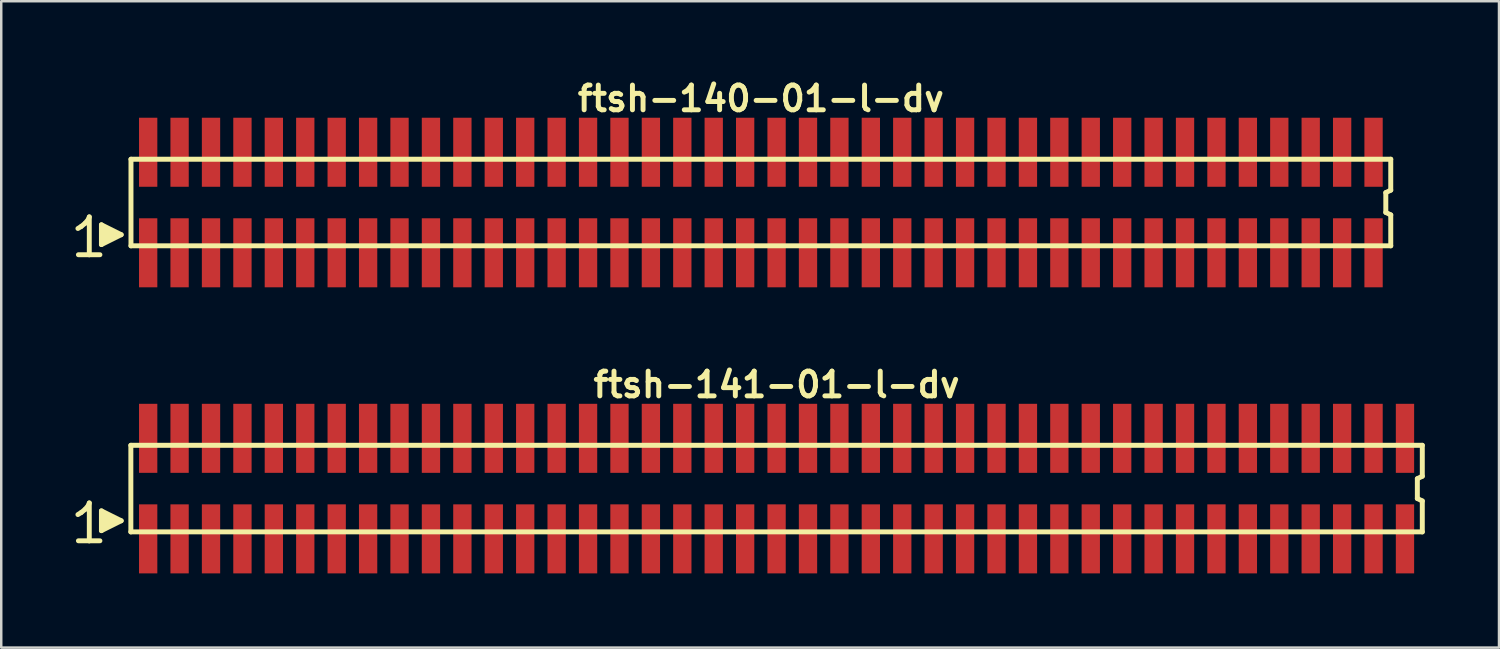
<source format=kicad_pcb>
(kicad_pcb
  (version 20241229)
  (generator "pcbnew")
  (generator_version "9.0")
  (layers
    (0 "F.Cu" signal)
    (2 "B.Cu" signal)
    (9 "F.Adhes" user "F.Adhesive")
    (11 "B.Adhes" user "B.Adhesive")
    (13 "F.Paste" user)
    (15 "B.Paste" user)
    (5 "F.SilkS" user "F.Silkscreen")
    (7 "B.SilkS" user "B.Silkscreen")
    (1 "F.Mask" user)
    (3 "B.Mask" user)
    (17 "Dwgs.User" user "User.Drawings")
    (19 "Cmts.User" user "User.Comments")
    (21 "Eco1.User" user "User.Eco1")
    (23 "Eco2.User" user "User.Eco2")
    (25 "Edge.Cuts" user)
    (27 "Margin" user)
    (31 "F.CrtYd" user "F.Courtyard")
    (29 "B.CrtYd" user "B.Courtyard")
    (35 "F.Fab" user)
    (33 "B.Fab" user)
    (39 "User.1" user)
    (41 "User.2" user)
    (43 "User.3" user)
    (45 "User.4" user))
  (footprint "ftsh-140-01-l-dv"
    (layer "F.Cu")
    (at 27.704 5.136)
    (property "Reference" "ftsh-140-01-l-dv" (at 0 -4.2 0) (layer "F.SilkS") (effects (font (size 1 1) (thickness 0.2))))
    (attr through_hole)
    (fp_line (start -27.605 1.05) (end -27.475 0.97) (stroke (width 0.198) (type solid)) (layer "F.SilkS"))
    (fp_line (start -27.475 0.97) (end -27.315 0.84) (stroke (width 0.198) (type solid)) (layer "F.SilkS"))
    (fp_line (start -27.315 0.84) (end -27.175 0.67) (stroke (width 0.198) (type solid)) (layer "F.SilkS"))
    (fp_line (start -27.175 0.67) (end -27.145 0.58) (stroke (width 0.198) (type solid)) (layer "F.SilkS"))
    (fp_line (start -27.145 0.58) (end -27.145 2.11) (stroke (width 0.198) (type solid)) (layer "F.SilkS"))
    (fp_line (start -27.145 2.11) (end -27.585 2.11) (stroke (width 0.198) (type solid)) (layer "F.SilkS"))
    (fp_line (start -26.715 2.11) (end -27.155 2.11) (stroke (width 0.198) (type solid)) (layer "F.SilkS"))
    (fp_line (start -26.655 0.9) (end -25.855 1.3) (stroke (width 0.198) (type solid)) (layer "F.SilkS"))
    (fp_line (start -26.655 1.7) (end -26.655 0.9) (stroke (width 0.198) (type solid)) (layer "F.SilkS"))
    (fp_line (start -26.555 1.6) (end -26.555 1) (stroke (width 0.198) (type solid)) (layer "F.SilkS"))
    (fp_line (start -26.455 1.1) (end -26.455 1.5) (stroke (width 0.198) (type solid)) (layer "F.SilkS"))
    (fp_line (start -26.355 1.5) (end -26.355 1.1) (stroke (width 0.198) (type solid)) (layer "F.SilkS"))
    (fp_line (start -26.255 1.2) (end -26.255 1.4) (stroke (width 0.198) (type solid)) (layer "F.SilkS"))
    (fp_line (start -26.155 1.4) (end -26.155 1.2) (stroke (width 0.198) (type solid)) (layer "F.SilkS"))
    (fp_line (start -25.855 1.3) (end -26.655 1.7) (stroke (width 0.198) (type solid)) (layer "F.SilkS"))
    (fp_line (start -25.46 -1.75) (end -25.46 1.75) (stroke (width 0.2) (type solid)) (layer "F.SilkS"))
    (fp_line (start -25.46 -1.75) (end 25.46 -1.75) (stroke (width 0.2) (type solid)) (layer "F.SilkS"))
    (fp_line (start -25.46 1.75) (end 25.46 1.75) (stroke (width 0.2) (type solid)) (layer "F.SilkS"))
    (fp_line (start 25.26 -0.4) (end 25.26 0.4) (stroke (width 0.2) (type solid)) (layer "F.SilkS"))
    (fp_line (start 25.26 0.4) (end 25.46 0.5) (stroke (width 0.2) (type solid)) (layer "F.SilkS"))
    (fp_line (start 25.46 -0.5) (end 25.26 -0.4) (stroke (width 0.2) (type solid)) (layer "F.SilkS"))
    (fp_line (start 25.46 -0.5) (end 25.46 -1.75) (stroke (width 0.2) (type solid)) (layer "F.SilkS"))
    (fp_line (start 25.46 0.5) (end 25.46 1.75) (stroke (width 0.2) (type solid)) (layer "F.SilkS"))
    (pad "1" smd rect (at -24.765 2.032) (size 0.74 2.79) (layers "F.Cu" "F.Mask" "F.Paste"))
    (pad "2" smd rect (at -24.765 -2.032) (size 0.74 2.79) (layers "F.Cu" "F.Mask" "F.Paste"))
    (pad "3" smd rect (at -23.495 2.032) (size 0.74 2.79) (layers "F.Cu" "F.Mask" "F.Paste"))
    (pad "4" smd rect (at -23.495 -2.032) (size 0.74 2.79) (layers "F.Cu" "F.Mask" "F.Paste"))
    (pad "5" smd rect (at -22.225 2.032) (size 0.74 2.79) (layers "F.Cu" "F.Mask" "F.Paste"))
    (pad "6" smd rect (at -22.225 -2.032) (size 0.74 2.79) (layers "F.Cu" "F.Mask" "F.Paste"))
    (pad "7" smd rect (at -20.955 2.032) (size 0.74 2.79) (layers "F.Cu" "F.Mask" "F.Paste"))
    (pad "8" smd rect (at -20.955 -2.032) (size 0.74 2.79) (layers "F.Cu" "F.Mask" "F.Paste"))
    (pad "9" smd rect (at -19.685 2.032) (size 0.74 2.79) (layers "F.Cu" "F.Mask" "F.Paste"))
    (pad "10" smd rect (at -19.685 -2.032) (size 0.74 2.79) (layers "F.Cu" "F.Mask" "F.Paste"))
    (pad "11" smd rect (at -18.415 2.032) (size 0.74 2.79) (layers "F.Cu" "F.Mask" "F.Paste"))
    (pad "12" smd rect (at -18.415 -2.032) (size 0.74 2.79) (layers "F.Cu" "F.Mask" "F.Paste"))
    (pad "13" smd rect (at -17.145 2.032) (size 0.74 2.79) (layers "F.Cu" "F.Mask" "F.Paste"))
    (pad "14" smd rect (at -17.145 -2.032) (size 0.74 2.79) (layers "F.Cu" "F.Mask" "F.Paste"))
    (pad "15" smd rect (at -15.875 2.032) (size 0.74 2.79) (layers "F.Cu" "F.Mask" "F.Paste"))
    (pad "16" smd rect (at -15.875 -2.032) (size 0.74 2.79) (layers "F.Cu" "F.Mask" "F.Paste"))
    (pad "17" smd rect (at -14.605 2.032) (size 0.74 2.79) (layers "F.Cu" "F.Mask" "F.Paste"))
    (pad "18" smd rect (at -14.605 -2.032) (size 0.74 2.79) (layers "F.Cu" "F.Mask" "F.Paste"))
    (pad "19" smd rect (at -13.335 2.032) (size 0.74 2.79) (layers "F.Cu" "F.Mask" "F.Paste"))
    (pad "20" smd rect (at -13.335 -2.032) (size 0.74 2.79) (layers "F.Cu" "F.Mask" "F.Paste"))
    (pad "21" smd rect (at -12.065 2.032) (size 0.74 2.79) (layers "F.Cu" "F.Mask" "F.Paste"))
    (pad "22" smd rect (at -12.065 -2.032) (size 0.74 2.79) (layers "F.Cu" "F.Mask" "F.Paste"))
    (pad "23" smd rect (at -10.795 2.032) (size 0.74 2.79) (layers "F.Cu" "F.Mask" "F.Paste"))
    (pad "24" smd rect (at -10.795 -2.032) (size 0.74 2.79) (layers "F.Cu" "F.Mask" "F.Paste"))
    (pad "25" smd rect (at -9.525 2.032) (size 0.74 2.79) (layers "F.Cu" "F.Mask" "F.Paste"))
    (pad "26" smd rect (at -9.525 -2.032) (size 0.74 2.79) (layers "F.Cu" "F.Mask" "F.Paste"))
    (pad "27" smd rect (at -8.255 2.032) (size 0.74 2.79) (layers "F.Cu" "F.Mask" "F.Paste"))
    (pad "28" smd rect (at -8.255 -2.032) (size 0.74 2.79) (layers "F.Cu" "F.Mask" "F.Paste"))
    (pad "29" smd rect (at -6.985 2.032) (size 0.74 2.79) (layers "F.Cu" "F.Mask" "F.Paste"))
    (pad "30" smd rect (at -6.985 -2.032) (size 0.74 2.79) (layers "F.Cu" "F.Mask" "F.Paste"))
    (pad "31" smd rect (at -5.715 2.032) (size 0.74 2.79) (layers "F.Cu" "F.Mask" "F.Paste"))
    (pad "32" smd rect (at -5.715 -2.032) (size 0.74 2.79) (layers "F.Cu" "F.Mask" "F.Paste"))
    (pad "33" smd rect (at -4.445 2.032) (size 0.74 2.79) (layers "F.Cu" "F.Mask" "F.Paste"))
    (pad "34" smd rect (at -4.445 -2.032) (size 0.74 2.79) (layers "F.Cu" "F.Mask" "F.Paste"))
    (pad "35" smd rect (at -3.175 2.032) (size 0.74 2.79) (layers "F.Cu" "F.Mask" "F.Paste"))
    (pad "36" smd rect (at -3.175 -2.032) (size 0.74 2.79) (layers "F.Cu" "F.Mask" "F.Paste"))
    (pad "37" smd rect (at -1.905 2.032) (size 0.74 2.79) (layers "F.Cu" "F.Mask" "F.Paste"))
    (pad "38" smd rect (at -1.905 -2.032) (size 0.74 2.79) (layers "F.Cu" "F.Mask" "F.Paste"))
    (pad "39" smd rect (at -0.635 2.032) (size 0.74 2.79) (layers "F.Cu" "F.Mask" "F.Paste"))
    (pad "40" smd rect (at -0.635 -2.032) (size 0.74 2.79) (layers "F.Cu" "F.Mask" "F.Paste"))
    (pad "41" smd rect (at 0.635 2.032) (size 0.74 2.79) (layers "F.Cu" "F.Mask" "F.Paste"))
    (pad "42" smd rect (at 0.635 -2.032) (size 0.74 2.79) (layers "F.Cu" "F.Mask" "F.Paste"))
    (pad "43" smd rect (at 1.905 2.032) (size 0.74 2.79) (layers "F.Cu" "F.Mask" "F.Paste"))
    (pad "44" smd rect (at 1.905 -2.032) (size 0.74 2.79) (layers "F.Cu" "F.Mask" "F.Paste"))
    (pad "45" smd rect (at 3.175 2.032) (size 0.74 2.79) (layers "F.Cu" "F.Mask" "F.Paste"))
    (pad "46" smd rect (at 3.175 -2.032) (size 0.74 2.79) (layers "F.Cu" "F.Mask" "F.Paste"))
    (pad "47" smd rect (at 4.445 2.032) (size 0.74 2.79) (layers "F.Cu" "F.Mask" "F.Paste"))
    (pad "48" smd rect (at 4.445 -2.032) (size 0.74 2.79) (layers "F.Cu" "F.Mask" "F.Paste"))
    (pad "49" smd rect (at 5.715 2.032) (size 0.74 2.79) (layers "F.Cu" "F.Mask" "F.Paste"))
    (pad "50" smd rect (at 5.715 -2.032) (size 0.74 2.79) (layers "F.Cu" "F.Mask" "F.Paste"))
    (pad "51" smd rect (at 6.985 2.032) (size 0.74 2.79) (layers "F.Cu" "F.Mask" "F.Paste"))
    (pad "52" smd rect (at 6.985 -2.032) (size 0.74 2.79) (layers "F.Cu" "F.Mask" "F.Paste"))
    (pad "53" smd rect (at 8.255 2.032) (size 0.74 2.79) (layers "F.Cu" "F.Mask" "F.Paste"))
    (pad "54" smd rect (at 8.255 -2.032) (size 0.74 2.79) (layers "F.Cu" "F.Mask" "F.Paste"))
    (pad "55" smd rect (at 9.525 2.032) (size 0.74 2.79) (layers "F.Cu" "F.Mask" "F.Paste"))
    (pad "56" smd rect (at 9.525 -2.032) (size 0.74 2.79) (layers "F.Cu" "F.Mask" "F.Paste"))
    (pad "57" smd rect (at 10.795 2.032) (size 0.74 2.79) (layers "F.Cu" "F.Mask" "F.Paste"))
    (pad "58" smd rect (at 10.795 -2.032) (size 0.74 2.79) (layers "F.Cu" "F.Mask" "F.Paste"))
    (pad "59" smd rect (at 12.065 2.032) (size 0.74 2.79) (layers "F.Cu" "F.Mask" "F.Paste"))
    (pad "60" smd rect (at 12.065 -2.032) (size 0.74 2.79) (layers "F.Cu" "F.Mask" "F.Paste"))
    (pad "61" smd rect (at 13.335 2.032) (size 0.74 2.79) (layers "F.Cu" "F.Mask" "F.Paste"))
    (pad "62" smd rect (at 13.335 -2.032) (size 0.74 2.79) (layers "F.Cu" "F.Mask" "F.Paste"))
    (pad "63" smd rect (at 14.605 2.032) (size 0.74 2.79) (layers "F.Cu" "F.Mask" "F.Paste"))
    (pad "64" smd rect (at 14.605 -2.032) (size 0.74 2.79) (layers "F.Cu" "F.Mask" "F.Paste"))
    (pad "65" smd rect (at 15.875 2.032) (size 0.74 2.79) (layers "F.Cu" "F.Mask" "F.Paste"))
    (pad "66" smd rect (at 15.875 -2.032) (size 0.74 2.79) (layers "F.Cu" "F.Mask" "F.Paste"))
    (pad "67" smd rect (at 17.145 2.032) (size 0.74 2.79) (layers "F.Cu" "F.Mask" "F.Paste"))
    (pad "68" smd rect (at 17.145 -2.032) (size 0.74 2.79) (layers "F.Cu" "F.Mask" "F.Paste"))
    (pad "69" smd rect (at 18.415 2.032) (size 0.74 2.79) (layers "F.Cu" "F.Mask" "F.Paste"))
    (pad "70" smd rect (at 18.415 -2.032) (size 0.74 2.79) (layers "F.Cu" "F.Mask" "F.Paste"))
    (pad "71" smd rect (at 19.685 2.032) (size 0.74 2.79) (layers "F.Cu" "F.Mask" "F.Paste"))
    (pad "72" smd rect (at 19.685 -2.032) (size 0.74 2.79) (layers "F.Cu" "F.Mask" "F.Paste"))
    (pad "73" smd rect (at 20.955 2.032) (size 0.74 2.79) (layers "F.Cu" "F.Mask" "F.Paste"))
    (pad "74" smd rect (at 20.955 -2.032) (size 0.74 2.79) (layers "F.Cu" "F.Mask" "F.Paste"))
    (pad "75" smd rect (at 22.225 2.032) (size 0.74 2.79) (layers "F.Cu" "F.Mask" "F.Paste"))
    (pad "76" smd rect (at 22.225 -2.032) (size 0.74 2.79) (layers "F.Cu" "F.Mask" "F.Paste"))
    (pad "77" smd rect (at 23.495 2.032) (size 0.74 2.79) (layers "F.Cu" "F.Mask" "F.Paste"))
    (pad "78" smd rect (at 23.495 -2.032) (size 0.74 2.79) (layers "F.Cu" "F.Mask" "F.Paste"))
    (pad "79" smd rect (at 24.765 2.032) (size 0.74 2.79) (layers "F.Cu" "F.Mask" "F.Paste"))
    (pad "80" smd rect (at 24.765 -2.032) (size 0.74 2.79) (layers "F.Cu" "F.Mask" "F.Paste")))
  (footprint "ftsh-141-01-l-dv"
    (layer "F.Cu")
    (at 28.339 16.699)
    (property "Reference" "ftsh-141-01-l-dv" (at 0 -4.2 0) (layer "F.SilkS") (effects (font (size 1 1) (thickness 0.2))))
    (attr through_hole)
    (fp_line (start -28.24 1.05) (end -28.11 0.97) (stroke (width 0.198) (type solid)) (layer "F.SilkS"))
    (fp_line (start -28.11 0.97) (end -27.95 0.84) (stroke (width 0.198) (type solid)) (layer "F.SilkS"))
    (fp_line (start -27.95 0.84) (end -27.81 0.67) (stroke (width 0.198) (type solid)) (layer "F.SilkS"))
    (fp_line (start -27.81 0.67) (end -27.78 0.58) (stroke (width 0.198) (type solid)) (layer "F.SilkS"))
    (fp_line (start -27.78 0.58) (end -27.78 2.11) (stroke (width 0.198) (type solid)) (layer "F.SilkS"))
    (fp_line (start -27.78 2.11) (end -28.22 2.11) (stroke (width 0.198) (type solid)) (layer "F.SilkS"))
    (fp_line (start -27.35 2.11) (end -27.79 2.11) (stroke (width 0.198) (type solid)) (layer "F.SilkS"))
    (fp_line (start -27.29 0.9) (end -26.49 1.3) (stroke (width 0.198) (type solid)) (layer "F.SilkS"))
    (fp_line (start -27.29 1.7) (end -27.29 0.9) (stroke (width 0.198) (type solid)) (layer "F.SilkS"))
    (fp_line (start -27.19 1.6) (end -27.19 1) (stroke (width 0.198) (type solid)) (layer "F.SilkS"))
    (fp_line (start -27.09 1.1) (end -27.09 1.5) (stroke (width 0.198) (type solid)) (layer "F.SilkS"))
    (fp_line (start -26.99 1.5) (end -26.99 1.1) (stroke (width 0.198) (type solid)) (layer "F.SilkS"))
    (fp_line (start -26.89 1.2) (end -26.89 1.4) (stroke (width 0.198) (type solid)) (layer "F.SilkS"))
    (fp_line (start -26.79 1.4) (end -26.79 1.2) (stroke (width 0.198) (type solid)) (layer "F.SilkS"))
    (fp_line (start -26.49 1.3) (end -27.29 1.7) (stroke (width 0.198) (type solid)) (layer "F.SilkS"))
    (fp_line (start -26.1 -1.75) (end -26.1 1.75) (stroke (width 0.2) (type solid)) (layer "F.SilkS"))
    (fp_line (start -26.1 -1.75) (end 26.1 -1.75) (stroke (width 0.2) (type solid)) (layer "F.SilkS"))
    (fp_line (start -26.1 1.75) (end 26.1 1.75) (stroke (width 0.2) (type solid)) (layer "F.SilkS"))
    (fp_line (start 25.9 -0.4) (end 25.9 0.4) (stroke (width 0.2) (type solid)) (layer "F.SilkS"))
    (fp_line (start 25.9 0.4) (end 26.1 0.5) (stroke (width 0.2) (type solid)) (layer "F.SilkS"))
    (fp_line (start 26.1 -0.5) (end 25.9 -0.4) (stroke (width 0.2) (type solid)) (layer "F.SilkS"))
    (fp_line (start 26.1 -0.5) (end 26.1 -1.75) (stroke (width 0.2) (type solid)) (layer "F.SilkS"))
    (fp_line (start 26.1 0.5) (end 26.1 1.75) (stroke (width 0.2) (type solid)) (layer "F.SilkS"))
    (pad "1" smd rect (at -25.4 2.032) (size 0.74 2.79) (layers "F.Cu" "F.Mask" "F.Paste"))
    (pad "2" smd rect (at -25.4 -2.032) (size 0.74 2.79) (layers "F.Cu" "F.Mask" "F.Paste"))
    (pad "3" smd rect (at -24.13 2.032) (size 0.74 2.79) (layers "F.Cu" "F.Mask" "F.Paste"))
    (pad "4" smd rect (at -24.13 -2.032) (size 0.74 2.79) (layers "F.Cu" "F.Mask" "F.Paste"))
    (pad "5" smd rect (at -22.86 2.032) (size 0.74 2.79) (layers "F.Cu" "F.Mask" "F.Paste"))
    (pad "6" smd rect (at -22.86 -2.032) (size 0.74 2.79) (layers "F.Cu" "F.Mask" "F.Paste"))
    (pad "7" smd rect (at -21.59 2.032) (size 0.74 2.79) (layers "F.Cu" "F.Mask" "F.Paste"))
    (pad "8" smd rect (at -21.59 -2.032) (size 0.74 2.79) (layers "F.Cu" "F.Mask" "F.Paste"))
    (pad "9" smd rect (at -20.32 2.032) (size 0.74 2.79) (layers "F.Cu" "F.Mask" "F.Paste"))
    (pad "10" smd rect (at -20.32 -2.032) (size 0.74 2.79) (layers "F.Cu" "F.Mask" "F.Paste"))
    (pad "11" smd rect (at -19.05 2.032) (size 0.74 2.79) (layers "F.Cu" "F.Mask" "F.Paste"))
    (pad "12" smd rect (at -19.05 -2.032) (size 0.74 2.79) (layers "F.Cu" "F.Mask" "F.Paste"))
    (pad "13" smd rect (at -17.78 2.032) (size 0.74 2.79) (layers "F.Cu" "F.Mask" "F.Paste"))
    (pad "14" smd rect (at -17.78 -2.032) (size 0.74 2.79) (layers "F.Cu" "F.Mask" "F.Paste"))
    (pad "15" smd rect (at -16.51 2.032) (size 0.74 2.79) (layers "F.Cu" "F.Mask" "F.Paste"))
    (pad "16" smd rect (at -16.51 -2.032) (size 0.74 2.79) (layers "F.Cu" "F.Mask" "F.Paste"))
    (pad "17" smd rect (at -15.24 2.032) (size 0.74 2.79) (layers "F.Cu" "F.Mask" "F.Paste"))
    (pad "18" smd rect (at -15.24 -2.032) (size 0.74 2.79) (layers "F.Cu" "F.Mask" "F.Paste"))
    (pad "19" smd rect (at -13.97 2.032) (size 0.74 2.79) (layers "F.Cu" "F.Mask" "F.Paste"))
    (pad "20" smd rect (at -13.97 -2.032) (size 0.74 2.79) (layers "F.Cu" "F.Mask" "F.Paste"))
    (pad "21" smd rect (at -12.7 2.032) (size 0.74 2.79) (layers "F.Cu" "F.Mask" "F.Paste"))
    (pad "22" smd rect (at -12.7 -2.032) (size 0.74 2.79) (layers "F.Cu" "F.Mask" "F.Paste"))
    (pad "23" smd rect (at -11.43 2.032) (size 0.74 2.79) (layers "F.Cu" "F.Mask" "F.Paste"))
    (pad "24" smd rect (at -11.43 -2.032) (size 0.74 2.79) (layers "F.Cu" "F.Mask" "F.Paste"))
    (pad "25" smd rect (at -10.16 2.032) (size 0.74 2.79) (layers "F.Cu" "F.Mask" "F.Paste"))
    (pad "26" smd rect (at -10.16 -2.032) (size 0.74 2.79) (layers "F.Cu" "F.Mask" "F.Paste"))
    (pad "27" smd rect (at -8.89 2.032) (size 0.74 2.79) (layers "F.Cu" "F.Mask" "F.Paste"))
    (pad "28" smd rect (at -8.89 -2.032) (size 0.74 2.79) (layers "F.Cu" "F.Mask" "F.Paste"))
    (pad "29" smd rect (at -7.62 2.032) (size 0.74 2.79) (layers "F.Cu" "F.Mask" "F.Paste"))
    (pad "30" smd rect (at -7.62 -2.032) (size 0.74 2.79) (layers "F.Cu" "F.Mask" "F.Paste"))
    (pad "31" smd rect (at -6.35 2.032) (size 0.74 2.79) (layers "F.Cu" "F.Mask" "F.Paste"))
    (pad "32" smd rect (at -6.35 -2.032) (size 0.74 2.79) (layers "F.Cu" "F.Mask" "F.Paste"))
    (pad "33" smd rect (at -5.08 2.032) (size 0.74 2.79) (layers "F.Cu" "F.Mask" "F.Paste"))
    (pad "34" smd rect (at -5.08 -2.032) (size 0.74 2.79) (layers "F.Cu" "F.Mask" "F.Paste"))
    (pad "35" smd rect (at -3.81 2.032) (size 0.74 2.79) (layers "F.Cu" "F.Mask" "F.Paste"))
    (pad "36" smd rect (at -3.81 -2.032) (size 0.74 2.79) (layers "F.Cu" "F.Mask" "F.Paste"))
    (pad "37" smd rect (at -2.54 2.032) (size 0.74 2.79) (layers "F.Cu" "F.Mask" "F.Paste"))
    (pad "38" smd rect (at -2.54 -2.032) (size 0.74 2.79) (layers "F.Cu" "F.Mask" "F.Paste"))
    (pad "39" smd rect (at -1.27 2.032) (size 0.74 2.79) (layers "F.Cu" "F.Mask" "F.Paste"))
    (pad "40" smd rect (at -1.27 -2.032) (size 0.74 2.79) (layers "F.Cu" "F.Mask" "F.Paste"))
    (pad "41" smd rect (at 0 2.032) (size 0.74 2.79) (layers "F.Cu" "F.Mask" "F.Paste"))
    (pad "42" smd rect (at 0 -2.032) (size 0.74 2.79) (layers "F.Cu" "F.Mask" "F.Paste"))
    (pad "43" smd rect (at 1.27 2.032) (size 0.74 2.79) (layers "F.Cu" "F.Mask" "F.Paste"))
    (pad "44" smd rect (at 1.27 -2.032) (size 0.74 2.79) (layers "F.Cu" "F.Mask" "F.Paste"))
    (pad "45" smd rect (at 2.54 2.032) (size 0.74 2.79) (layers "F.Cu" "F.Mask" "F.Paste"))
    (pad "46" smd rect (at 2.54 -2.032) (size 0.74 2.79) (layers "F.Cu" "F.Mask" "F.Paste"))
    (pad "47" smd rect (at 3.81 2.032) (size 0.74 2.79) (layers "F.Cu" "F.Mask" "F.Paste"))
    (pad "48" smd rect (at 3.81 -2.032) (size 0.74 2.79) (layers "F.Cu" "F.Mask" "F.Paste"))
    (pad "49" smd rect (at 5.08 2.032) (size 0.74 2.79) (layers "F.Cu" "F.Mask" "F.Paste"))
    (pad "50" smd rect (at 5.08 -2.032) (size 0.74 2.79) (layers "F.Cu" "F.Mask" "F.Paste"))
    (pad "51" smd rect (at 6.35 2.032) (size 0.74 2.79) (layers "F.Cu" "F.Mask" "F.Paste"))
    (pad "52" smd rect (at 6.35 -2.032) (size 0.74 2.79) (layers "F.Cu" "F.Mask" "F.Paste"))
    (pad "53" smd rect (at 7.62 2.032) (size 0.74 2.79) (layers "F.Cu" "F.Mask" "F.Paste"))
    (pad "54" smd rect (at 7.62 -2.032) (size 0.74 2.79) (layers "F.Cu" "F.Mask" "F.Paste"))
    (pad "55" smd rect (at 8.89 2.032) (size 0.74 2.79) (layers "F.Cu" "F.Mask" "F.Paste"))
    (pad "56" smd rect (at 8.89 -2.032) (size 0.74 2.79) (layers "F.Cu" "F.Mask" "F.Paste"))
    (pad "57" smd rect (at 10.16 2.032) (size 0.74 2.79) (layers "F.Cu" "F.Mask" "F.Paste"))
    (pad "58" smd rect (at 10.16 -2.032) (size 0.74 2.79) (layers "F.Cu" "F.Mask" "F.Paste"))
    (pad "59" smd rect (at 11.43 2.032) (size 0.74 2.79) (layers "F.Cu" "F.Mask" "F.Paste"))
    (pad "60" smd rect (at 11.43 -2.032) (size 0.74 2.79) (layers "F.Cu" "F.Mask" "F.Paste"))
    (pad "61" smd rect (at 12.7 2.032) (size 0.74 2.79) (layers "F.Cu" "F.Mask" "F.Paste"))
    (pad "62" smd rect (at 12.7 -2.032) (size 0.74 2.79) (layers "F.Cu" "F.Mask" "F.Paste"))
    (pad "63" smd rect (at 13.97 2.032) (size 0.74 2.79) (layers "F.Cu" "F.Mask" "F.Paste"))
    (pad "64" smd rect (at 13.97 -2.032) (size 0.74 2.79) (layers "F.Cu" "F.Mask" "F.Paste"))
    (pad "65" smd rect (at 15.24 2.032) (size 0.74 2.79) (layers "F.Cu" "F.Mask" "F.Paste"))
    (pad "66" smd rect (at 15.24 -2.032) (size 0.74 2.79) (layers "F.Cu" "F.Mask" "F.Paste"))
    (pad "67" smd rect (at 16.51 2.032) (size 0.74 2.79) (layers "F.Cu" "F.Mask" "F.Paste"))
    (pad "68" smd rect (at 16.51 -2.032) (size 0.74 2.79) (layers "F.Cu" "F.Mask" "F.Paste"))
    (pad "69" smd rect (at 17.78 2.032) (size 0.74 2.79) (layers "F.Cu" "F.Mask" "F.Paste"))
    (pad "70" smd rect (at 17.78 -2.032) (size 0.74 2.79) (layers "F.Cu" "F.Mask" "F.Paste"))
    (pad "71" smd rect (at 19.05 2.032) (size 0.74 2.79) (layers "F.Cu" "F.Mask" "F.Paste"))
    (pad "72" smd rect (at 19.05 -2.032) (size 0.74 2.79) (layers "F.Cu" "F.Mask" "F.Paste"))
    (pad "73" smd rect (at 20.32 2.032) (size 0.74 2.79) (layers "F.Cu" "F.Mask" "F.Paste"))
    (pad "74" smd rect (at 20.32 -2.032) (size 0.74 2.79) (layers "F.Cu" "F.Mask" "F.Paste"))
    (pad "75" smd rect (at 21.59 2.032) (size 0.74 2.79) (layers "F.Cu" "F.Mask" "F.Paste"))
    (pad "76" smd rect (at 21.59 -2.032) (size 0.74 2.79) (layers "F.Cu" "F.Mask" "F.Paste"))
    (pad "77" smd rect (at 22.86 2.032) (size 0.74 2.79) (layers "F.Cu" "F.Mask" "F.Paste"))
    (pad "78" smd rect (at 22.86 -2.032) (size 0.74 2.79) (layers "F.Cu" "F.Mask" "F.Paste"))
    (pad "79" smd rect (at 24.13 2.032) (size 0.74 2.79) (layers "F.Cu" "F.Mask" "F.Paste"))
    (pad "80" smd rect (at 24.13 -2.032) (size 0.74 2.79) (layers "F.Cu" "F.Mask" "F.Paste"))
    (pad "81" smd rect (at 25.4 2.032) (size 0.74 2.79) (layers "F.Cu" "F.Mask" "F.Paste"))
    (pad "82" smd rect (at 25.4 -2.032) (size 0.74 2.79) (layers "F.Cu" "F.Mask" "F.Paste")))
  (gr_rect
    (start -3 -3)
    (end 57.539 23.126)
    (stroke (width 0.1) (type default))
    (fill no)
    (layer "Edge.Cuts")))
</source>
